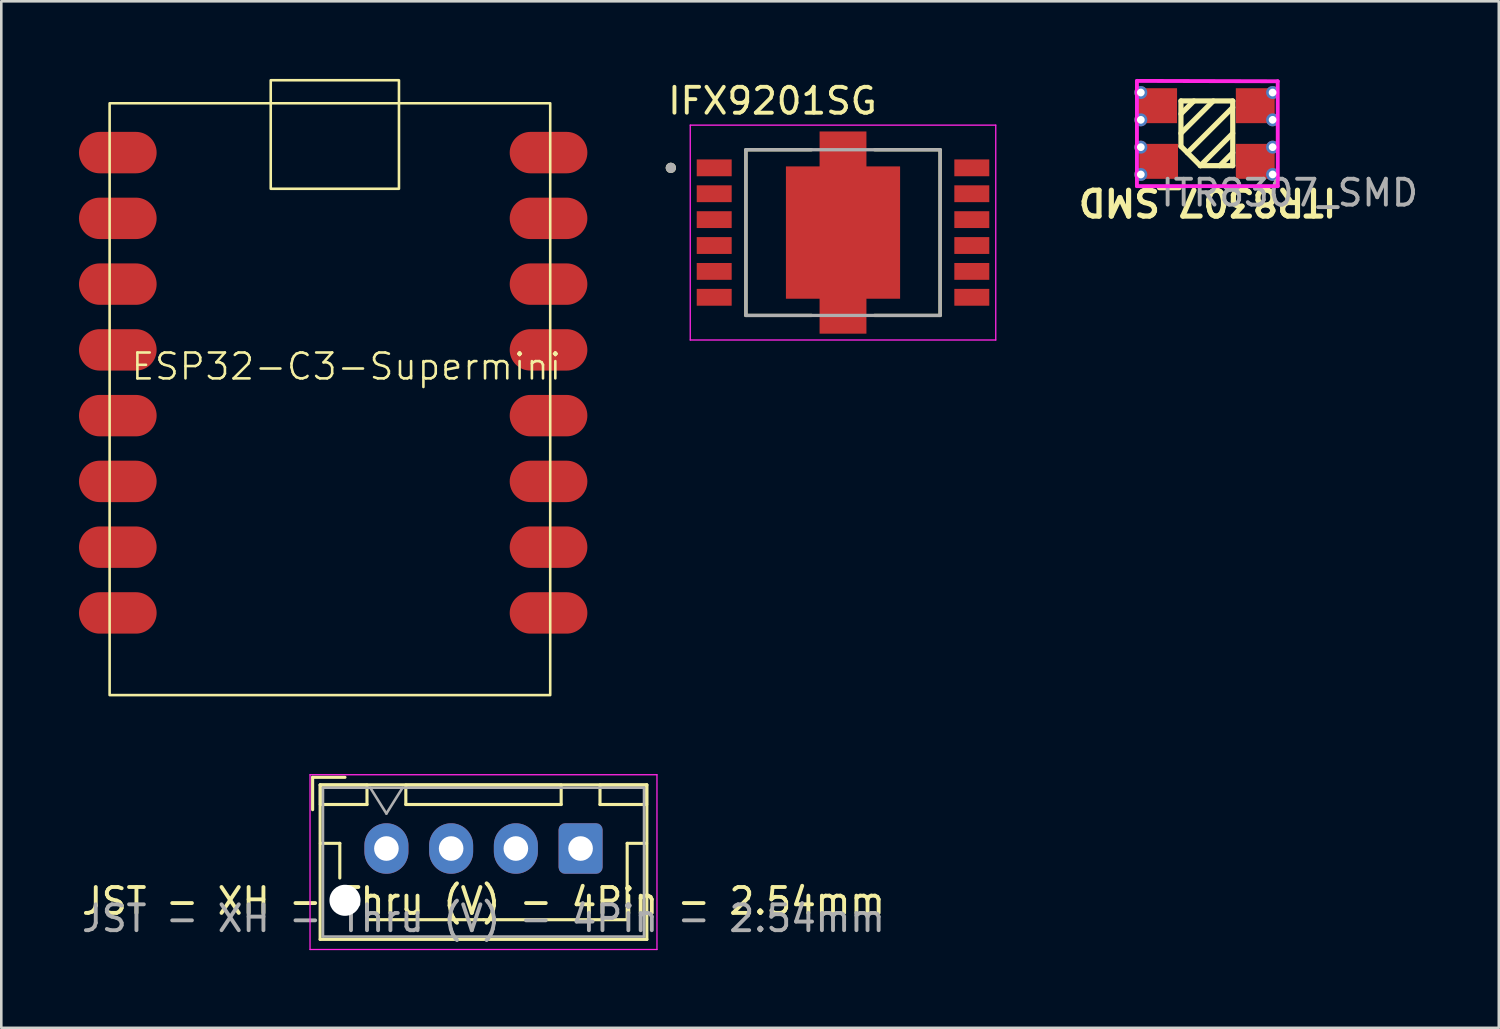
<source format=kicad_pcb>
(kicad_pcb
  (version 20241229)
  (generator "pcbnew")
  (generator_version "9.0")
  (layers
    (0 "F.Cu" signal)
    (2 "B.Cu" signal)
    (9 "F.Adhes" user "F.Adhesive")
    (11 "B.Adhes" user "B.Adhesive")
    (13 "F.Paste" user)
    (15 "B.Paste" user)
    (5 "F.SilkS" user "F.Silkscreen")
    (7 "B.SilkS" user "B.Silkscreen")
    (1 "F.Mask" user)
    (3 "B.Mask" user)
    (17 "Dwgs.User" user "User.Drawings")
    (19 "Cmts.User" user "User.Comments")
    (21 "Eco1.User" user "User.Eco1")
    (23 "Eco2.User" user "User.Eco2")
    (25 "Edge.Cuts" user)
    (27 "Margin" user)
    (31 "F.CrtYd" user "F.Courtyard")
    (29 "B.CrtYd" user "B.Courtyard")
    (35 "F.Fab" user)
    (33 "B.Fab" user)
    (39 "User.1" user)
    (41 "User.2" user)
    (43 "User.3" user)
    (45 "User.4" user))
  (footprint "ESP32-C3-Supermini"
    (layer "F.Cu")
    (at 9.87 11.724)
    (property "Reference" "ESP32-C3-Supermini" (at 0.458 -0.617 0) (unlocked yes) (layer "F.SilkS") (effects (font (size 1 1) (thickness 0.1))))
    (attr through_hole)
    (fp_poly (pts (xy -8.686 -10.785) (xy 8.332 -10.785) (xy 8.332 12.075) (xy -8.686 12.075)) (stroke (width 0.1) (type default)) (fill no) (layer "F.SilkS"))
    (fp_poly (pts (xy -2.463 -11.674) (xy 2.49 -11.674) (xy 2.49 -7.483) (xy -2.463 -7.483)) (stroke (width 0.1) (type default)) (fill no) (layer "F.SilkS"))
    (pad "1" smd oval (at -7.67 -8.88) (size 3 1.6) (drill (offset -0.7 0)) (layers "F.Cu" "F.Mask" "F.Paste"))
    (pad "2" smd oval (at -7.67 -6.34) (size 3 1.6) (drill (offset -0.7 0)) (layers "F.Cu" "F.Mask" "F.Paste"))
    (pad "3" smd oval (at -7.67 -3.8) (size 3 1.6) (drill (offset -0.7 0)) (layers "F.Cu" "F.Mask" "F.Paste"))
    (pad "4" smd oval (at -7.67 -1.26) (size 3 1.6) (drill (offset -0.7 0)) (layers "F.Cu" "F.Mask" "F.Paste"))
    (pad "5" smd oval (at -7.67 1.28) (size 3 1.6) (drill (offset -0.7 0)) (layers "F.Cu" "F.Mask" "F.Paste"))
    (pad "6" smd oval (at -7.67 3.82) (size 3 1.6) (drill (offset -0.7 0)) (layers "F.Cu" "F.Mask" "F.Paste"))
    (pad "7" smd oval (at -7.67 6.36) (size 3 1.6) (drill (offset -0.7 0)) (layers "F.Cu" "F.Mask" "F.Paste"))
    (pad "8" smd oval (at -7.67 8.9) (size 3 1.6) (drill (offset -0.7 0)) (layers "F.Cu" "F.Mask" "F.Paste"))
    (pad "9" smd oval (at 7.567 -8.88) (size 3 1.6) (drill (offset 0.7 0)) (layers "F.Cu" "F.Mask" "F.Paste"))
    (pad "10" smd oval (at 7.567 -6.34) (size 3 1.6) (drill (offset 0.7 0)) (layers "F.Cu" "F.Mask" "F.Paste"))
    (pad "11" smd oval (at 7.567 -3.8) (size 3 1.6) (drill (offset 0.7 0)) (layers "F.Cu" "F.Mask" "F.Paste"))
    (pad "12" smd oval (at 7.567 -1.26) (size 3 1.6) (drill (offset 0.7 0)) (layers "F.Cu" "F.Mask" "F.Paste"))
    (pad "13" smd oval (at 7.567 1.28) (size 3 1.6) (drill (offset 0.7 0)) (layers "F.Cu" "F.Mask" "F.Paste"))
    (pad "14" smd oval (at 7.567 3.82) (size 3 1.6) (drill (offset 0.7 0)) (layers "F.Cu" "F.Mask" "F.Paste"))
    (pad "15" smd oval (at 7.567 6.36) (size 3 1.6) (drill (offset 0.7 0)) (layers "F.Cu" "F.Mask" "F.Paste"))
    (pad "16" smd oval (at 7.567 8.9) (size 3 1.6) (drill (offset 0.7 0)) (layers "F.Cu" "F.Mask" "F.Paste")))
  (footprint "JST - XH - Thru (V) - 4Pin - 2.54mm"
    (layer "F.Cu")
    (at 11.875 29.724)
    (property "Reference" "JST - XH - Thru (V) - 4Pin - 2.54mm" (at 3.75 2.032 0) (layer "F.SilkS") (effects (font (size 1 1) (thickness 0.15))))
    (attr through_hole)
    (fp_line (start -2.85 -2.75) (end -2.85 -1.5) (stroke (width 0.12) (type solid)) (layer "F.SilkS"))
    (fp_line (start -2.56 -2.46) (end -2.56 3.51) (stroke (width 0.12) (type solid)) (layer "F.SilkS"))
    (fp_line (start -2.56 3.51) (end 10.06 3.51) (stroke (width 0.12) (type solid)) (layer "F.SilkS"))
    (fp_line (start -2.55 -2.45) (end -2.55 -1.7) (stroke (width 0.12) (type solid)) (layer "F.SilkS"))
    (fp_line (start -2.55 -1.7) (end -0.75 -1.7) (stroke (width 0.12) (type solid)) (layer "F.SilkS"))
    (fp_line (start -2.55 -0.2) (end -1.8 -0.2) (stroke (width 0.12) (type solid)) (layer "F.SilkS"))
    (fp_line (start -1.8 -0.2) (end -1.8 1.14) (stroke (width 0.12) (type solid)) (layer "F.SilkS"))
    (fp_line (start -1.6 -2.75) (end -2.85 -2.75) (stroke (width 0.12) (type solid)) (layer "F.SilkS"))
    (fp_line (start -0.75 -2.45) (end -2.55 -2.45) (stroke (width 0.12) (type solid)) (layer "F.SilkS"))
    (fp_line (start -0.75 -1.7) (end -0.75 -2.45) (stroke (width 0.12) (type solid)) (layer "F.SilkS"))
    (fp_line (start 0.75 -2.45) (end 0.75 -1.7) (stroke (width 0.12) (type solid)) (layer "F.SilkS"))
    (fp_line (start 0.75 -1.7) (end 6.75 -1.7) (stroke (width 0.12) (type solid)) (layer "F.SilkS"))
    (fp_line (start 3.75 2.75) (end -0.74 2.75) (stroke (width 0.12) (type solid)) (layer "F.SilkS"))
    (fp_line (start 6.75 -2.45) (end 0.75 -2.45) (stroke (width 0.12) (type solid)) (layer "F.SilkS"))
    (fp_line (start 6.75 -1.7) (end 6.75 -2.45) (stroke (width 0.12) (type solid)) (layer "F.SilkS"))
    (fp_line (start 8.25 -2.45) (end 8.25 -1.7) (stroke (width 0.12) (type solid)) (layer "F.SilkS"))
    (fp_line (start 8.25 -1.7) (end 10.05 -1.7) (stroke (width 0.12) (type solid)) (layer "F.SilkS"))
    (fp_line (start 9.3 -0.2) (end 9.3 2.75) (stroke (width 0.12) (type solid)) (layer "F.SilkS"))
    (fp_line (start 9.3 2.75) (end 3.75 2.75) (stroke (width 0.12) (type solid)) (layer "F.SilkS"))
    (fp_line (start 10.05 -2.45) (end 8.25 -2.45) (stroke (width 0.12) (type solid)) (layer "F.SilkS"))
    (fp_line (start 10.05 -1.7) (end 10.05 -2.45) (stroke (width 0.12) (type solid)) (layer "F.SilkS"))
    (fp_line (start 10.05 -0.2) (end 9.3 -0.2) (stroke (width 0.12) (type solid)) (layer "F.SilkS"))
    (fp_line (start 10.06 -2.46) (end -2.56 -2.46) (stroke (width 0.12) (type solid)) (layer "F.SilkS"))
    (fp_line (start 10.06 3.51) (end 10.06 -2.46) (stroke (width 0.12) (type solid)) (layer "F.SilkS"))
    (fp_line (start -2.95 -2.85) (end -2.95 3.9) (stroke (width 0.05) (type solid)) (layer "F.CrtYd"))
    (fp_line (start -2.95 3.9) (end 10.45 3.9) (stroke (width 0.05) (type solid)) (layer "F.CrtYd"))
    (fp_line (start 10.45 -2.85) (end -2.95 -2.85) (stroke (width 0.05) (type solid)) (layer "F.CrtYd"))
    (fp_line (start 10.45 3.9) (end 10.45 -2.85) (stroke (width 0.05) (type solid)) (layer "F.CrtYd"))
    (fp_line (start -2.45 -2.35) (end -2.45 3.4) (stroke (width 0.1) (type solid)) (layer "F.Fab"))
    (fp_line (start -2.45 3.4) (end 9.95 3.4) (stroke (width 0.1) (type solid)) (layer "F.Fab"))
    (fp_line (start -0.625 -2.35) (end 0 -1.35) (stroke (width 0.1) (type solid)) (layer "F.Fab"))
    (fp_line (start 0 -1.35) (end 0.625 -2.35) (stroke (width 0.1) (type solid)) (layer "F.Fab"))
    (fp_line (start 9.95 -2.35) (end -2.45 -2.35) (stroke (width 0.1) (type solid)) (layer "F.Fab"))
    (fp_line (start 9.95 3.4) (end 9.95 -2.35) (stroke (width 0.1) (type solid)) (layer "F.Fab"))
    (fp_text user "${REFERENCE}" (at 3.75 2.7 0) (layer "F.Fab") (effects (font (size 1 1) (thickness 0.15))))
    (pad "" np_thru_hole circle (at -1.6 2) (size 1.2 1.2) (drill 1.2) (layers "*.Cu" "*.Mask"))
    (pad "1" thru_hole roundrect (at 7.5 0) (size 1.7 1.95) (drill 0.95) (layers "*.Cu" "*.Mask") (roundrect_rratio 0.147))
    (pad "2" thru_hole oval (at 5 0) (size 1.7 1.95) (drill 0.95) (layers "*.Cu" "*.Mask"))
    (pad "3" thru_hole oval (at 2.5 0) (size 1.7 1.95) (drill 0.95) (layers "*.Cu" "*.Mask"))
    (pad "4" thru_hole oval (at 0 0) (size 1.7 1.95) (drill 0.95) (layers "*.Cu" "*.Mask")))
  (footprint "IFX9201SG"
    (layer "F.Cu")
    (at 29.511 5.933)
    (property "Reference" "IFX9201SG" (at -2.725 -5.085 0) (layer "F.SilkS") (effects (font (size 1 1) (thickness 0.15))))
    (attr smd)
    (fp_poly (pts (xy -1 -4) (xy 1 -4) (xy 1 -2.65) (xy 2.3 -2.65) (xy 2.3 2.65) (xy 1 2.65) (xy 1 4) (xy -1 4) (xy -1 2.65) (xy -2.3 2.65) (xy -2.3 -2.65) (xy -1 -2.65)) (stroke (width 0.01) (type solid)) (fill yes) (layer "F.Mask"))
    (fp_line (start -3.75 -3.2) (end -1.22 -3.2) (stroke (width 0.127) (type solid)) (layer "F.SilkS"))
    (fp_line (start -3.75 3.2) (end -3.75 -3.2) (stroke (width 0.127) (type solid)) (layer "F.SilkS"))
    (fp_line (start -3.75 3.2) (end -1.22 3.2) (stroke (width 0.127) (type solid)) (layer "F.SilkS"))
    (fp_line (start 1.22 -3.2) (end 3.75 -3.2) (stroke (width 0.127) (type solid)) (layer "F.SilkS"))
    (fp_line (start 1.22 3.2) (end 3.75 3.2) (stroke (width 0.127) (type solid)) (layer "F.SilkS"))
    (fp_line (start 3.75 3.2) (end 3.75 -3.2) (stroke (width 0.127) (type solid)) (layer "F.SilkS"))
    (fp_circle (center -6.65 -2.5) (end -6.55 -2.5) (stroke (width 0.2) (type solid)) (fill no) (layer "F.SilkS"))
    (fp_poly (pts (xy -2.1 -2.45) (xy -0.2 -2.45) (xy -0.2 -0.2) (xy -2.1 -0.2)) (stroke (width 0.01) (type solid)) (fill yes) (layer "F.Paste"))
    (fp_poly (pts (xy -2.1 0.2) (xy -0.2 0.2) (xy -0.2 2.45) (xy -2.1 2.45)) (stroke (width 0.01) (type solid)) (fill yes) (layer "F.Paste"))
    (fp_poly (pts (xy -0.8 -3.8) (xy 0.8 -3.8) (xy 0.8 -2.85) (xy -0.8 -2.85)) (stroke (width 0.01) (type solid)) (fill yes) (layer "F.Paste"))
    (fp_poly (pts (xy -0.8 2.85) (xy 0.8 2.85) (xy 0.8 3.8) (xy -0.8 3.8)) (stroke (width 0.01) (type solid)) (fill yes) (layer "F.Paste"))
    (fp_poly (pts (xy 0.2 -2.45) (xy 2.1 -2.45) (xy 2.1 -0.2) (xy 0.2 -0.2)) (stroke (width 0.01) (type solid)) (fill yes) (layer "F.Paste"))
    (fp_poly (pts (xy 0.2 0.2) (xy 2.1 0.2) (xy 2.1 2.45) (xy 0.2 2.45)) (stroke (width 0.01) (type solid)) (fill yes) (layer "F.Paste"))
    (fp_line (start -5.9 -4.15) (end -5.9 4.15) (stroke (width 0.05) (type solid)) (layer "F.CrtYd"))
    (fp_line (start -5.9 4.15) (end 5.9 4.15) (stroke (width 0.05) (type solid)) (layer "F.CrtYd"))
    (fp_line (start 5.9 -4.15) (end -5.9 -4.15) (stroke (width 0.05) (type solid)) (layer "F.CrtYd"))
    (fp_line (start 5.9 4.15) (end 5.9 -4.15) (stroke (width 0.05) (type solid)) (layer "F.CrtYd"))
    (fp_line (start -3.75 -3.2) (end 3.75 -3.2) (stroke (width 0.127) (type solid)) (layer "F.Fab"))
    (fp_line (start -3.75 3.2) (end -3.75 -3.2) (stroke (width 0.127) (type solid)) (layer "F.Fab"))
    (fp_line (start -3.75 3.2) (end 3.75 3.2) (stroke (width 0.127) (type solid)) (layer "F.Fab"))
    (fp_line (start 3.75 3.2) (end 3.75 -3.2) (stroke (width 0.127) (type solid)) (layer "F.Fab"))
    (fp_circle (center -6.65 -2.5) (end -6.55 -2.5) (stroke (width 0.2) (type solid)) (fill no) (layer "F.Fab"))
    (pad "1" smd rect (at -4.975 -2.5) (size 1.35 0.65) (layers "F.Cu" "F.Mask" "F.Paste"))
    (pad "2" smd rect (at -4.975 -1.5) (size 1.35 0.65) (layers "F.Cu" "F.Mask" "F.Paste"))
    (pad "3" smd rect (at -4.975 -0.5) (size 1.35 0.65) (layers "F.Cu" "F.Mask" "F.Paste"))
    (pad "4" smd rect (at -4.975 0.5) (size 1.35 0.65) (layers "F.Cu" "F.Mask" "F.Paste"))
    (pad "5" smd rect (at -4.975 1.5) (size 1.35 0.65) (layers "F.Cu" "F.Mask" "F.Paste"))
    (pad "6" smd rect (at -4.975 2.5) (size 1.35 0.65) (layers "F.Cu" "F.Mask" "F.Paste"))
    (pad "7" smd rect (at 4.975 2.5) (size 1.35 0.65) (layers "F.Cu" "F.Mask" "F.Paste"))
    (pad "8" smd rect (at 4.975 1.5) (size 1.35 0.65) (layers "F.Cu" "F.Mask" "F.Paste"))
    (pad "9" smd rect (at 4.975 0.5) (size 1.35 0.65) (layers "F.Cu" "F.Mask" "F.Paste"))
    (pad "10" smd rect (at 4.975 -0.5) (size 1.35 0.65) (layers "F.Cu" "F.Mask" "F.Paste"))
    (pad "11" smd rect (at 4.975 -1.5) (size 1.35 0.65) (layers "F.Cu" "F.Mask" "F.Paste"))
    (pad "12" smd rect (at 4.975 -2.5) (size 1.35 0.65) (layers "F.Cu" "F.Mask" "F.Paste"))
    (pad "13" smd custom (at 0 0) (size 0.5 0.5) (layers "F.Cu") (options (anchor rect)) (primitives (gr_poly (pts (xy -0.9 -3.9) (xy 0.9 -3.9) (xy 0.9 -2.55) (xy 2.2 -2.55) (xy 2.2 2.55) (xy 0.9 2.55) (xy 0.9 3.9) (xy -0.9 3.9) (xy -0.9 2.55) (xy -2.2 2.55) (xy -2.2 -2.55) (xy -0.9 -2.55)) (width 0.01) (fill yes)))))
  (footprint "ITR8307_SMD"
    (layer "F.Cu")
    (at 43.564 2.099)
    (property "Reference" "ITR8307_SMD" (at 0.025 2.649 180) (unlocked yes) (layer "F.SilkS") (effects (font (size 1 1) (thickness 0.2) (bold yes))))
    (attr smd)
    (fp_line (start -1 -1.25) (end 1 -1.25) (stroke (width 0.2) (type default)) (layer "F.SilkS"))
    (fp_line (start -1 -0.75) (end -0.5 -1.25) (stroke (width 0.2) (type default)) (layer "F.SilkS"))
    (fp_line (start -1 0) (end 0.25 -1.25) (stroke (width 0.2) (type default)) (layer "F.SilkS"))
    (fp_line (start -1 0.5) (end -1 -1.25) (stroke (width 0.2) (type default)) (layer "F.SilkS"))
    (fp_line (start -0.75 0.75) (end 1 -1) (stroke (width 0.2) (type default)) (layer "F.SilkS"))
    (fp_line (start -0.25 1.25) (end -1 0.5) (stroke (width 0.2) (type default)) (layer "F.SilkS"))
    (fp_line (start 0.5 1.25) (end 1 0.75) (stroke (width 0.2) (type default)) (layer "F.SilkS"))
    (fp_line (start 1 -1.25) (end 1 1.25) (stroke (width 0.2) (type default)) (layer "F.SilkS"))
    (fp_line (start 1 0) (end -0.25 1.25) (stroke (width 0.2) (type default)) (layer "F.SilkS"))
    (fp_line (start 1 1.25) (end -0.25 1.25) (stroke (width 0.2) (type default)) (layer "F.SilkS"))
    (fp_line (start -2.7 -2.024) (end 2.738 -2.01) (stroke (width 0.15) (type solid)) (layer "F.CrtYd"))
    (fp_line (start -2.7 2.04) (end -2.7 -2.024) (stroke (width 0.15) (type solid)) (layer "F.CrtYd"))
    (fp_line (start 2.738 -2.01) (end 2.74 2.04) (stroke (width 0.15) (type solid)) (layer "F.CrtYd"))
    (fp_line (start 2.74 2.04) (end -2.7 2.04) (stroke (width 0.15) (type solid)) (layer "F.CrtYd"))
    (fp_text user "${REFERENCE}" (at 3.2 2.3 0) (unlocked yes) (layer "F.Fab") (effects (font (size 1 1) (thickness 0.15))))
    (pad "1" thru_hole circle (at -2.55 0.535 180) (size 0.5 0.5) (drill 0.3) (layers "*.Cu" "*.Mask"))
    (pad "1" thru_hole circle (at -2.55 1.59 180) (size 0.5 0.5) (drill 0.3) (layers "*.Cu" "*.Mask"))
    (pad "1" smd rect (at -1.864 1.083 180) (size 1.5 1.35) (layers "F.Cu" "F.Mask" "F.Paste"))
    (pad "2" smd rect (at 1.87 1.083 180) (size 1.5 1.35) (layers "F.Cu" "F.Mask" "F.Paste"))
    (pad "2" thru_hole circle (at 2.54 0.535 180) (size 0.5 0.5) (drill 0.3) (layers "*.Cu" "*.Mask"))
    (pad "2" thru_hole circle (at 2.54 1.59 180) (size 0.5 0.5) (drill 0.3) (layers "*.Cu" "*.Mask"))
    (pad "3" smd rect (at 1.87 -1.067 180) (size 1.5 1.35) (layers "F.Cu" "F.Mask" "F.Paste"))
    (pad "3" thru_hole circle (at 2.54 -1.575 180) (size 0.5 0.5) (drill 0.3) (layers "*.Cu" "*.Mask"))
    (pad "3" thru_hole circle (at 2.54 -0.52 180) (size 0.5 0.5) (drill 0.3) (layers "*.Cu" "*.Mask"))
    (pad "4" thru_hole circle (at -2.55 -1.575 180) (size 0.5 0.5) (drill 0.3) (layers "*.Cu" "*.Mask"))
    (pad "4" thru_hole circle (at -2.55 -0.52 180) (size 0.5 0.5) (drill 0.3) (layers "*.Cu" "*.Mask"))
    (pad "4" smd rect (at -1.9 -1.067 180) (size 1.5 1.35) (layers "F.Cu" "F.Mask" "F.Paste")))
  (gr_rect
    (start -3 -3)
    (end 54.841 36.649)
    (stroke (width 0.1) (type default))
    (fill no)
    (layer "Edge.Cuts")))
</source>
